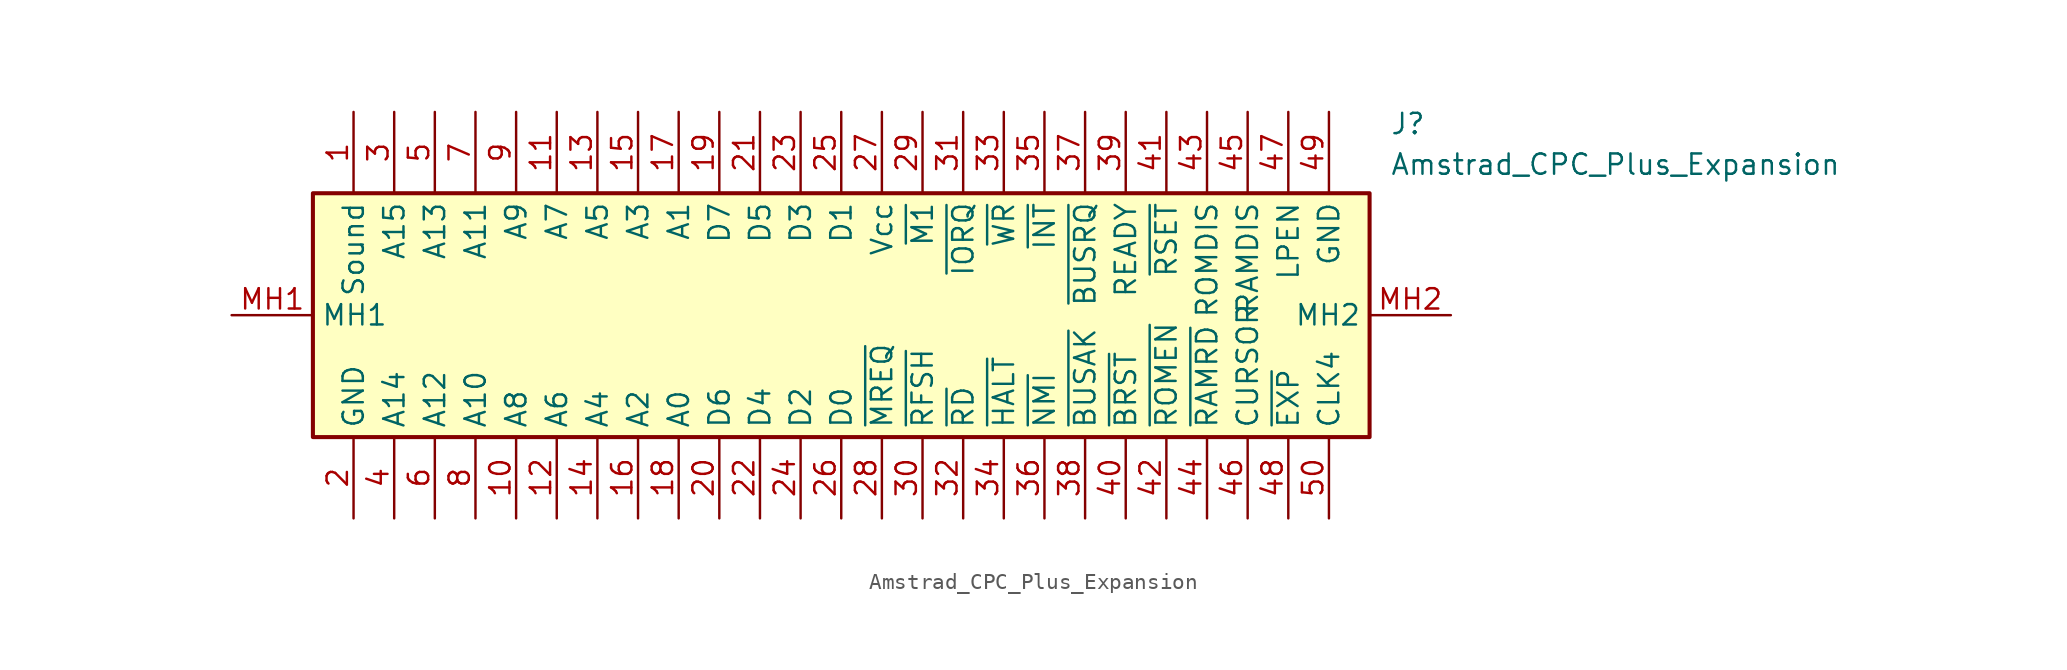
<source format=kicad_sym>
(kicad_symbol_lib
  (version 20220914)
  (generator kicad_symbol_editor)
  (symbol "Amstrad_CPC_Plus_Expansion"
    (property "Reference" "J"
      (at 72.39 12.7 0)
      (effects (font (size 1.27 1.27)) (justify left top)))
    (property "Value" "Amstrad_CPC_Plus_Expansion"
      (at 72.39 10.16 0)
      (effects (font (size 1.27 1.27)) (justify left top)))
    (symbol "Amstrad_CPC_Plus_Expansion_1_1"
      (rectangle (start 5.08 7.62) (end 71.12 -7.62) (stroke (width 0.254) (type default)) (fill (type background)))
      (pin passive line (at 7.62 12.7 270) (length 5.08) (name "Sound" (effects (font (size 1.27 1.27)))) (number "1" (effects (font (size 1.27 1.27)))))
      (pin passive line (at 17.78 -12.7 90) (length 5.08) (name "A8" (effects (font (size 1.27 1.27)))) (number "10" (effects (font (size 1.27 1.27)))))
      (pin passive line (at 20.32 12.7 270) (length 5.08) (name "A7" (effects (font (size 1.27 1.27)))) (number "11" (effects (font (size 1.27 1.27)))))
      (pin passive line (at 20.32 -12.7 90) (length 5.08) (name "A6" (effects (font (size 1.27 1.27)))) (number "12" (effects (font (size 1.27 1.27)))))
      (pin passive line (at 22.86 12.7 270) (length 5.08) (name "A5" (effects (font (size 1.27 1.27)))) (number "13" (effects (font (size 1.27 1.27)))))
      (pin passive line (at 22.86 -12.7 90) (length 5.08) (name "A4" (effects (font (size 1.27 1.27)))) (number "14" (effects (font (size 1.27 1.27)))))
      (pin passive line (at 25.4 12.7 270) (length 5.08) (name "A3" (effects (font (size 1.27 1.27)))) (number "15" (effects (font (size 1.27 1.27)))))
      (pin passive line (at 25.4 -12.7 90) (length 5.08) (name "A2" (effects (font (size 1.27 1.27)))) (number "16" (effects (font (size 1.27 1.27)))))
      (pin passive line (at 27.94 12.7 270) (length 5.08) (name "A1" (effects (font (size 1.27 1.27)))) (number "17" (effects (font (size 1.27 1.27)))))
      (pin passive line (at 27.94 -12.7 90) (length 5.08) (name "A0" (effects (font (size 1.27 1.27)))) (number "18" (effects (font (size 1.27 1.27)))))
      (pin passive line (at 30.48 12.7 270) (length 5.08) (name "D7" (effects (font (size 1.27 1.27)))) (number "19" (effects (font (size 1.27 1.27)))))
      (pin bidirectional line (at 7.62 -12.7 90) (length 5.08) (name "GND" (effects (font (size 1.27 1.27)))) (number "2" (effects (font (size 1.27 1.27)))))
      (pin passive line (at 30.48 -12.7 90) (length 5.08) (name "D6" (effects (font (size 1.27 1.27)))) (number "20" (effects (font (size 1.27 1.27)))))
      (pin passive line (at 33.02 12.7 270) (length 5.08) (name "D5" (effects (font (size 1.27 1.27)))) (number "21" (effects (font (size 1.27 1.27)))))
      (pin passive line (at 33.02 -12.7 90) (length 5.08) (name "D4" (effects (font (size 1.27 1.27)))) (number "22" (effects (font (size 1.27 1.27)))))
      (pin passive line (at 35.56 12.7 270) (length 5.08) (name "D3" (effects (font (size 1.27 1.27)))) (number "23" (effects (font (size 1.27 1.27)))))
      (pin passive line (at 35.56 -12.7 90) (length 5.08) (name "D2" (effects (font (size 1.27 1.27)))) (number "24" (effects (font (size 1.27 1.27)))))
      (pin passive line (at 38.1 12.7 270) (length 5.08) (name "D1" (effects (font (size 1.27 1.27)))) (number "25" (effects (font (size 1.27 1.27)))))
      (pin passive line (at 38.1 -12.7 90) (length 5.08) (name "D0" (effects (font (size 1.27 1.27)))) (number "26" (effects (font (size 1.27 1.27)))))
      (pin power_out line (at 40.64 12.7 270) (length 5.08) (name "Vcc" (effects (font (size 1.27 1.27)))) (number "27" (effects (font (size 1.27 1.27)))))
      (pin passive line (at 40.64 -12.7 90) (length 5.08) (name "~{MREQ}" (effects (font (size 1.27 1.27)))) (number "28" (effects (font (size 1.27 1.27)))))
      (pin passive line (at 43.18 12.7 270) (length 5.08) (name "~{M1}" (effects (font (size 1.27 1.27)))) (number "29" (effects (font (size 1.27 1.27)))))
      (pin passive line (at 10.16 12.7 270) (length 5.08) (name "A15" (effects (font (size 1.27 1.27)))) (number "3" (effects (font (size 1.27 1.27)))))
      (pin passive line (at 43.18 -12.7 90) (length 5.08) (name "~{RFSH}" (effects (font (size 1.27 1.27)))) (number "30" (effects (font (size 1.27 1.27)))))
      (pin passive line (at 45.72 12.7 270) (length 5.08) (name "~{IORQ}" (effects (font (size 1.27 1.27)))) (number "31" (effects (font (size 1.27 1.27)))))
      (pin passive line (at 45.72 -12.7 90) (length 5.08) (name "~{RD}" (effects (font (size 1.27 1.27)))) (number "32" (effects (font (size 1.27 1.27)))))
      (pin passive line (at 48.26 12.7 270) (length 5.08) (name "~{WR}" (effects (font (size 1.27 1.27)))) (number "33" (effects (font (size 1.27 1.27)))))
      (pin passive line (at 48.26 -12.7 90) (length 5.08) (name "~{HALT}" (effects (font (size 1.27 1.27)))) (number "34" (effects (font (size 1.27 1.27)))))
      (pin passive line (at 50.8 12.7 270) (length 5.08) (name "~{INT}" (effects (font (size 1.27 1.27)))) (number "35" (effects (font (size 1.27 1.27)))))
      (pin passive line (at 50.8 -12.7 90) (length 5.08) (name "~{NMI}" (effects (font (size 1.27 1.27)))) (number "36" (effects (font (size 1.27 1.27)))))
      (pin passive line (at 53.34 12.7 270) (length 5.08) (name "~{BUSRQ}" (effects (font (size 1.27 1.27)))) (number "37" (effects (font (size 1.27 1.27)))))
      (pin passive line (at 53.34 -12.7 90) (length 5.08) (name "~{BUSAK}" (effects (font (size 1.27 1.27)))) (number "38" (effects (font (size 1.27 1.27)))))
      (pin passive line (at 55.88 12.7 270) (length 5.08) (name "READY" (effects (font (size 1.27 1.27)))) (number "39" (effects (font (size 1.27 1.27)))))
      (pin passive line (at 10.16 -12.7 90) (length 5.08) (name "A14" (effects (font (size 1.27 1.27)))) (number "4" (effects (font (size 1.27 1.27)))))
      (pin passive line (at 55.88 -12.7 90) (length 5.08) (name "~{BRST}" (effects (font (size 1.27 1.27)))) (number "40" (effects (font (size 1.27 1.27)))))
      (pin passive line (at 58.42 12.7 270) (length 5.08) (name "~{RSET}" (effects (font (size 1.27 1.27)))) (number "41" (effects (font (size 1.27 1.27)))))
      (pin passive line (at 58.42 -12.7 90) (length 5.08) (name "~{ROMEN}" (effects (font (size 1.27 1.27)))) (number "42" (effects (font (size 1.27 1.27)))))
      (pin passive line (at 60.96 12.7 270) (length 5.08) (name "ROMDIS" (effects (font (size 1.27 1.27)))) (number "43" (effects (font (size 1.27 1.27)))))
      (pin passive line (at 60.96 -12.7 90) (length 5.08) (name "~{RAMRD}" (effects (font (size 1.27 1.27)))) (number "44" (effects (font (size 1.27 1.27)))))
      (pin passive line (at 63.5 12.7 270) (length 5.08) (name "RAMDIS" (effects (font (size 1.27 1.27)))) (number "45" (effects (font (size 1.27 1.27)))))
      (pin passive line (at 63.5 -12.7 90) (length 5.08) (name "CURSOR" (effects (font (size 1.27 1.27)))) (number "46" (effects (font (size 1.27 1.27)))))
      (pin passive line (at 66.04 12.7 270) (length 5.08) (name "LPEN" (effects (font (size 1.27 1.27)))) (number "47" (effects (font (size 1.27 1.27)))))
      (pin passive line (at 66.04 -12.7 90) (length 5.08) (name "~{EXP}" (effects (font (size 1.27 1.27)))) (number "48" (effects (font (size 1.27 1.27)))))
      (pin bidirectional line (at 68.58 12.7 270) (length 5.08) (name "GND" (effects (font (size 1.27 1.27)))) (number "49" (effects (font (size 1.27 1.27)))))
      (pin passive line (at 12.7 12.7 270) (length 5.08) (name "A13" (effects (font (size 1.27 1.27)))) (number "5" (effects (font (size 1.27 1.27)))))
      (pin passive line (at 68.58 -12.7 90) (length 5.08) (name "CLK4" (effects (font (size 1.27 1.27)))) (number "50" (effects (font (size 1.27 1.27)))))
      (pin passive line (at 12.7 -12.7 90) (length 5.08) (name "A12" (effects (font (size 1.27 1.27)))) (number "6" (effects (font (size 1.27 1.27)))))
      (pin passive line (at 15.24 12.7 270) (length 5.08) (name "A11" (effects (font (size 1.27 1.27)))) (number "7" (effects (font (size 1.27 1.27)))))
      (pin passive line (at 15.24 -12.7 90) (length 5.08) (name "A10" (effects (font (size 1.27 1.27)))) (number "8" (effects (font (size 1.27 1.27)))))
      (pin passive line (at 17.78 12.7 270) (length 5.08) (name "A9" (effects (font (size 1.27 1.27)))) (number "9" (effects (font (size 1.27 1.27)))))
      (pin passive line (at 0 0 0) (length 5.08) (name "MH1" (effects (font (size 1.27 1.27)))) (number "MH1" (effects (font (size 1.27 1.27)))))
      (pin passive line (at 76.2 0 180) (length 5.08) (name "MH2" (effects (font (size 1.27 1.27)))) (number "MH2" (effects (font (size 1.27 1.27))))))))
</source>
